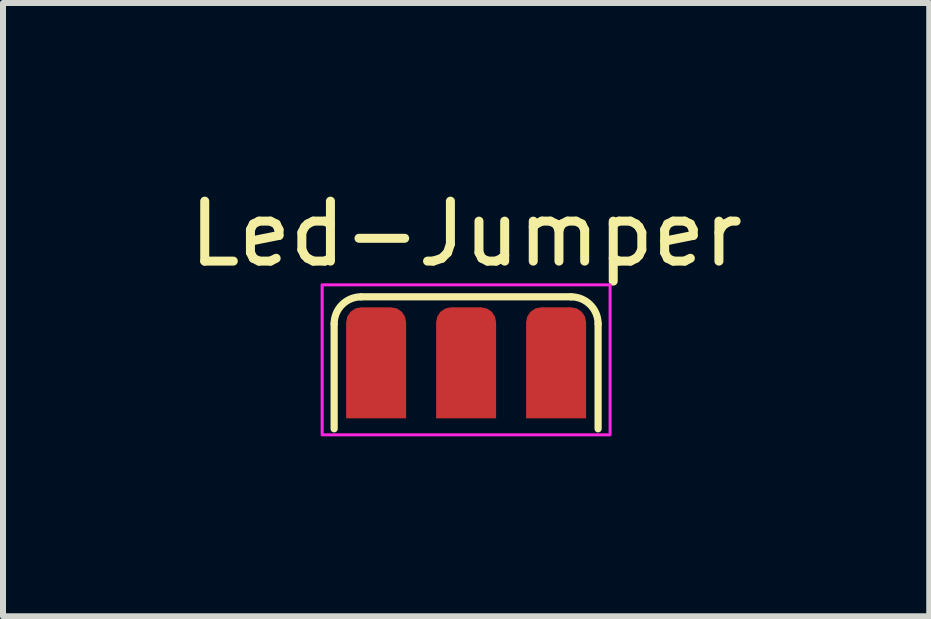
<source format=kicad_pcb>
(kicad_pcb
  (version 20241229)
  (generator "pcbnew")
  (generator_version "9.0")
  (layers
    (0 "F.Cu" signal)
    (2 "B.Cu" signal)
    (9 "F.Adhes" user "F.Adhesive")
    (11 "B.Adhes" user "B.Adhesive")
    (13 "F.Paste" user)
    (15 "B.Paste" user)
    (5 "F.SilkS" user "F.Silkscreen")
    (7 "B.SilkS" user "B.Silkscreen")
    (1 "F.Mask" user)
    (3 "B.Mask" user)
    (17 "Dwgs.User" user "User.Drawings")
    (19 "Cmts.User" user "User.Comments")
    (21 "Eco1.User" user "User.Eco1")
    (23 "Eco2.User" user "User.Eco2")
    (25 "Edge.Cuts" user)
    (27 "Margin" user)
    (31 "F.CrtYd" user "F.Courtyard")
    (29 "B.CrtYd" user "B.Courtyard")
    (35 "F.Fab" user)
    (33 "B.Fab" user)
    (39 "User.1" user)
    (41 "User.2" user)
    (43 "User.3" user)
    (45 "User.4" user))
  (footprint "Led-Jumper"
    (layer "F.Cu")
    (at 4.72 2.948)
    (property "Reference" "Led-Jumper" (at 0 -2.1 0) (layer "F.SilkS") (effects (font (size 1 1) (thickness 0.15))))
    (attr exclude_from_pos_files exclude_from_bom)
    (fp_line (start -2.2 -0.6) (end -2.2 1.15) (stroke (width 0.12) (type solid)) (layer "F.SilkS"))
    (fp_line (start 1.75 -1.05) (end -1.75 -1.05) (stroke (width 0.12) (type solid)) (layer "F.SilkS"))
    (fp_line (start 2.2 -0.6) (end 2.2 1.15) (stroke (width 0.12) (type solid)) (layer "F.SilkS"))
    (fp_arc (start -2.2 -0.6) (mid -2.068198 -0.918198) (end -1.75 -1.05) (stroke (width 0.12) (type solid)) (layer "F.SilkS"))
    (fp_arc (start 1.75 -1.05) (mid 2.068198 -0.918198) (end 2.2 -0.6) (stroke (width 0.12) (type solid)) (layer "F.SilkS"))
    (fp_rect (start -2.4 -1.25) (end 2.4 1.25) (stroke (width 0.05) (type default)) (fill no) (layer "F.CrtYd"))
    (pad "1" smd roundrect (at -1.5 0.05) (size 1 1.85) (layers "F.Cu" "F.Mask") (roundrect_rratio 0.25) (chamfer_ratio 0) (chamfer bottom_left bottom_right))
    (pad "2" smd roundrect (at 0 0.05) (size 1 1.85) (layers "F.Cu" "F.Mask") (roundrect_rratio 0.25) (chamfer_ratio 0) (chamfer bottom_left bottom_right))
    (pad "3" smd roundrect (at 1.5 0.05) (size 1 1.85) (layers "F.Cu" "F.Mask") (roundrect_rratio 0.25) (chamfer_ratio 0) (chamfer bottom_left bottom_right)))
  (gr_rect
    (start -3 -3)
    (end 12.44 7.223)
    (stroke (width 0.1) (type default))
    (fill no)
    (layer "Edge.Cuts")))
</source>
